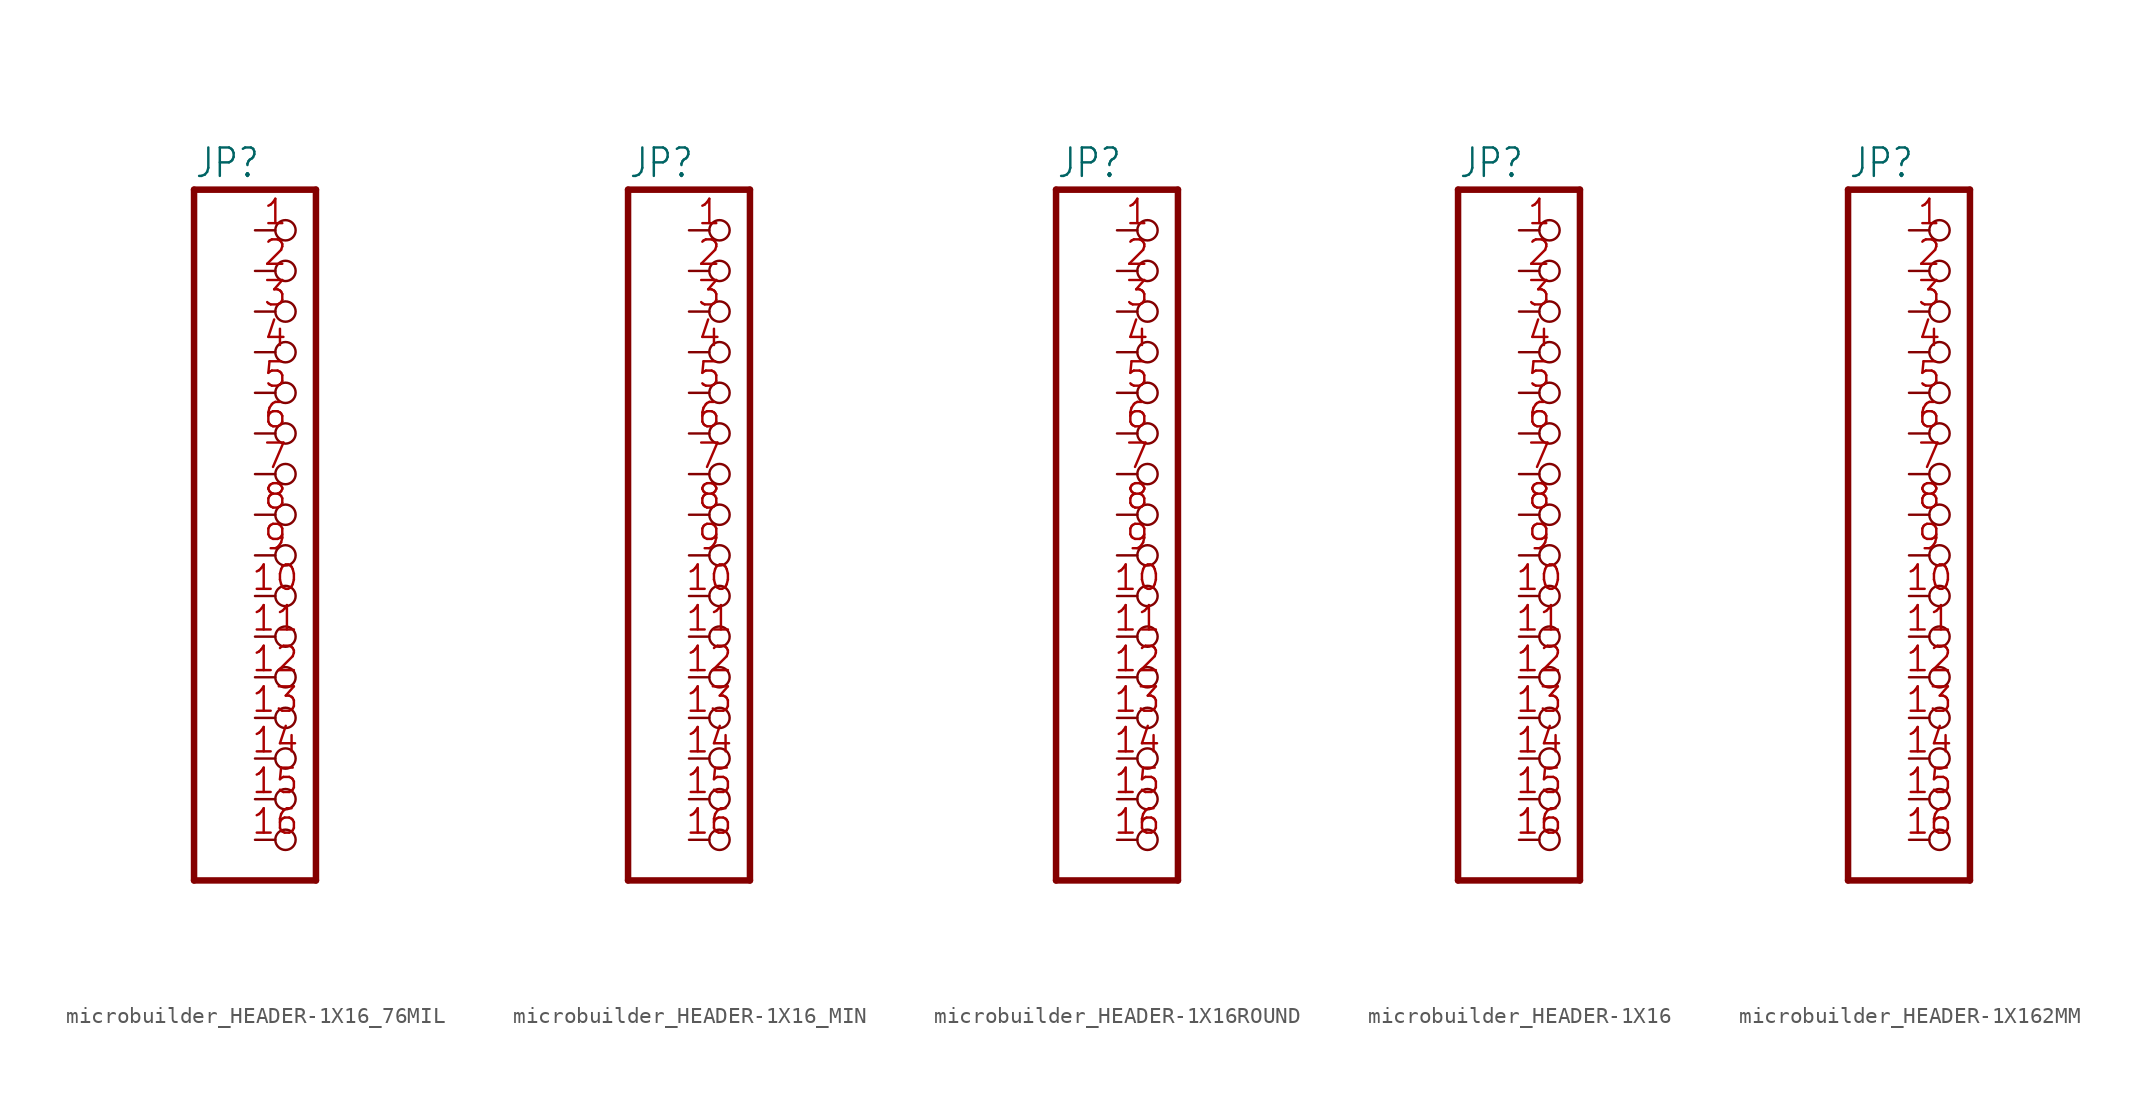
<source format=kicad_sym>
(kicad_symbol_lib
  (version 20241209)
  (generator "kicad_symbol_editor")
  (generator_version "9.0")
  (symbol "microbuilder_HEADER-1X16_76MIL"
    (property "Reference" "JP"
      (at -6.35 20.955 0)
      (effects (font (size 1.778 1.511)) (justify left bottom)))
    (property "Value" ""
      (at -6.35 -25.4 0)
      (effects (font (size 1.778 1.511)) (justify left bottom)))
    (property "ki_locked" ""
      (at 0 0 0)
      (effects (font (size 1.27 1.27))))
    (symbol "microbuilder_HEADER-1X16_76MIL_1_0"
      (polyline (pts (xy -6.35 20.32) (xy -6.35 -22.86)) (stroke (width 0.406) (type solid)) (fill (type none)))
      (polyline (pts (xy -6.35 -22.86) (xy 1.27 -22.86)) (stroke (width 0.406) (type solid)) (fill (type none)))
      (polyline (pts (xy 1.27 20.32) (xy -6.35 20.32)) (stroke (width 0.406) (type solid)) (fill (type none)))
      (polyline (pts (xy 1.27 -22.86) (xy 1.27 20.32)) (stroke (width 0.406) (type solid)) (fill (type none)))
      (pin passive inverted (at -2.54 17.78 0) (length 2.54) (name "1" (effects (font (size 0 0)))) (number "1" (effects (font (size 1.524 1.524)))))
      (pin passive inverted (at -2.54 15.24 0) (length 2.54) (name "2" (effects (font (size 0 0)))) (number "2" (effects (font (size 1.524 1.524)))))
      (pin passive inverted (at -2.54 12.7 0) (length 2.54) (name "3" (effects (font (size 0 0)))) (number "3" (effects (font (size 1.524 1.524)))))
      (pin passive inverted (at -2.54 10.16 0) (length 2.54) (name "4" (effects (font (size 0 0)))) (number "4" (effects (font (size 1.524 1.524)))))
      (pin passive inverted (at -2.54 7.62 0) (length 2.54) (name "5" (effects (font (size 0 0)))) (number "5" (effects (font (size 1.524 1.524)))))
      (pin passive inverted (at -2.54 5.08 0) (length 2.54) (name "6" (effects (font (size 0 0)))) (number "6" (effects (font (size 1.524 1.524)))))
      (pin passive inverted (at -2.54 2.54 0) (length 2.54) (name "7" (effects (font (size 0 0)))) (number "7" (effects (font (size 1.524 1.524)))))
      (pin passive inverted (at -2.54 0 0) (length 2.54) (name "8" (effects (font (size 0 0)))) (number "8" (effects (font (size 1.524 1.524)))))
      (pin passive inverted (at -2.54 -2.54 0) (length 2.54) (name "9" (effects (font (size 0 0)))) (number "9" (effects (font (size 1.524 1.524)))))
      (pin passive inverted (at -2.54 -5.08 0) (length 2.54) (name "10" (effects (font (size 0 0)))) (number "10" (effects (font (size 1.524 1.524)))))
      (pin passive inverted (at -2.54 -7.62 0) (length 2.54) (name "11" (effects (font (size 0 0)))) (number "11" (effects (font (size 1.524 1.524)))))
      (pin passive inverted (at -2.54 -10.16 0) (length 2.54) (name "12" (effects (font (size 0 0)))) (number "12" (effects (font (size 1.524 1.524)))))
      (pin passive inverted (at -2.54 -12.7 0) (length 2.54) (name "13" (effects (font (size 0 0)))) (number "13" (effects (font (size 1.524 1.524)))))
      (pin passive inverted (at -2.54 -15.24 0) (length 2.54) (name "14" (effects (font (size 0 0)))) (number "14" (effects (font (size 1.524 1.524)))))
      (pin passive inverted (at -2.54 -17.78 0) (length 2.54) (name "15" (effects (font (size 0 0)))) (number "15" (effects (font (size 1.524 1.524)))))
      (pin passive inverted (at -2.54 -20.32 0) (length 2.54) (name "16" (effects (font (size 0 0)))) (number "16" (effects (font (size 1.524 1.524)))))))
  (symbol "microbuilder_HEADER-1X16_MIN"
    (property "Reference" "JP"
      (at -6.35 20.955 0)
      (effects (font (size 1.778 1.511)) (justify left bottom)))
    (property "Value" ""
      (at -6.35 -25.4 0)
      (effects (font (size 1.778 1.511)) (justify left bottom)))
    (property "ki_locked" ""
      (at 0 0 0)
      (effects (font (size 1.27 1.27))))
    (symbol "microbuilder_HEADER-1X16_MIN_1_0"
      (polyline (pts (xy -6.35 20.32) (xy -6.35 -22.86)) (stroke (width 0.406) (type solid)) (fill (type none)))
      (polyline (pts (xy -6.35 -22.86) (xy 1.27 -22.86)) (stroke (width 0.406) (type solid)) (fill (type none)))
      (polyline (pts (xy 1.27 20.32) (xy -6.35 20.32)) (stroke (width 0.406) (type solid)) (fill (type none)))
      (polyline (pts (xy 1.27 -22.86) (xy 1.27 20.32)) (stroke (width 0.406) (type solid)) (fill (type none)))
      (pin passive inverted (at -2.54 17.78 0) (length 2.54) (name "1" (effects (font (size 0 0)))) (number "1" (effects (font (size 1.524 1.524)))))
      (pin passive inverted (at -2.54 15.24 0) (length 2.54) (name "2" (effects (font (size 0 0)))) (number "2" (effects (font (size 1.524 1.524)))))
      (pin passive inverted (at -2.54 12.7 0) (length 2.54) (name "3" (effects (font (size 0 0)))) (number "3" (effects (font (size 1.524 1.524)))))
      (pin passive inverted (at -2.54 10.16 0) (length 2.54) (name "4" (effects (font (size 0 0)))) (number "4" (effects (font (size 1.524 1.524)))))
      (pin passive inverted (at -2.54 7.62 0) (length 2.54) (name "5" (effects (font (size 0 0)))) (number "5" (effects (font (size 1.524 1.524)))))
      (pin passive inverted (at -2.54 5.08 0) (length 2.54) (name "6" (effects (font (size 0 0)))) (number "6" (effects (font (size 1.524 1.524)))))
      (pin passive inverted (at -2.54 2.54 0) (length 2.54) (name "7" (effects (font (size 0 0)))) (number "7" (effects (font (size 1.524 1.524)))))
      (pin passive inverted (at -2.54 0 0) (length 2.54) (name "8" (effects (font (size 0 0)))) (number "8" (effects (font (size 1.524 1.524)))))
      (pin passive inverted (at -2.54 -2.54 0) (length 2.54) (name "9" (effects (font (size 0 0)))) (number "9" (effects (font (size 1.524 1.524)))))
      (pin passive inverted (at -2.54 -5.08 0) (length 2.54) (name "10" (effects (font (size 0 0)))) (number "10" (effects (font (size 1.524 1.524)))))
      (pin passive inverted (at -2.54 -7.62 0) (length 2.54) (name "11" (effects (font (size 0 0)))) (number "11" (effects (font (size 1.524 1.524)))))
      (pin passive inverted (at -2.54 -10.16 0) (length 2.54) (name "12" (effects (font (size 0 0)))) (number "12" (effects (font (size 1.524 1.524)))))
      (pin passive inverted (at -2.54 -12.7 0) (length 2.54) (name "13" (effects (font (size 0 0)))) (number "13" (effects (font (size 1.524 1.524)))))
      (pin passive inverted (at -2.54 -15.24 0) (length 2.54) (name "14" (effects (font (size 0 0)))) (number "14" (effects (font (size 1.524 1.524)))))
      (pin passive inverted (at -2.54 -17.78 0) (length 2.54) (name "15" (effects (font (size 0 0)))) (number "15" (effects (font (size 1.524 1.524)))))
      (pin passive inverted (at -2.54 -20.32 0) (length 2.54) (name "16" (effects (font (size 0 0)))) (number "16" (effects (font (size 1.524 1.524)))))))
  (symbol "microbuilder_HEADER-1X16ROUND"
    (property "Reference" "JP"
      (at -6.35 20.955 0)
      (effects (font (size 1.778 1.511)) (justify left bottom)))
    (property "Value" ""
      (at -6.35 -25.4 0)
      (effects (font (size 1.778 1.511)) (justify left bottom)))
    (property "ki_locked" ""
      (at 0 0 0)
      (effects (font (size 1.27 1.27))))
    (symbol "microbuilder_HEADER-1X16ROUND_1_0"
      (polyline (pts (xy -6.35 20.32) (xy -6.35 -22.86)) (stroke (width 0.406) (type solid)) (fill (type none)))
      (polyline (pts (xy -6.35 -22.86) (xy 1.27 -22.86)) (stroke (width 0.406) (type solid)) (fill (type none)))
      (polyline (pts (xy 1.27 20.32) (xy -6.35 20.32)) (stroke (width 0.406) (type solid)) (fill (type none)))
      (polyline (pts (xy 1.27 -22.86) (xy 1.27 20.32)) (stroke (width 0.406) (type solid)) (fill (type none)))
      (pin passive inverted (at -2.54 17.78 0) (length 2.54) (name "1" (effects (font (size 0 0)))) (number "1" (effects (font (size 1.524 1.524)))))
      (pin passive inverted (at -2.54 15.24 0) (length 2.54) (name "2" (effects (font (size 0 0)))) (number "2" (effects (font (size 1.524 1.524)))))
      (pin passive inverted (at -2.54 12.7 0) (length 2.54) (name "3" (effects (font (size 0 0)))) (number "3" (effects (font (size 1.524 1.524)))))
      (pin passive inverted (at -2.54 10.16 0) (length 2.54) (name "4" (effects (font (size 0 0)))) (number "4" (effects (font (size 1.524 1.524)))))
      (pin passive inverted (at -2.54 7.62 0) (length 2.54) (name "5" (effects (font (size 0 0)))) (number "5" (effects (font (size 1.524 1.524)))))
      (pin passive inverted (at -2.54 5.08 0) (length 2.54) (name "6" (effects (font (size 0 0)))) (number "6" (effects (font (size 1.524 1.524)))))
      (pin passive inverted (at -2.54 2.54 0) (length 2.54) (name "7" (effects (font (size 0 0)))) (number "7" (effects (font (size 1.524 1.524)))))
      (pin passive inverted (at -2.54 0 0) (length 2.54) (name "8" (effects (font (size 0 0)))) (number "8" (effects (font (size 1.524 1.524)))))
      (pin passive inverted (at -2.54 -2.54 0) (length 2.54) (name "9" (effects (font (size 0 0)))) (number "9" (effects (font (size 1.524 1.524)))))
      (pin passive inverted (at -2.54 -5.08 0) (length 2.54) (name "10" (effects (font (size 0 0)))) (number "10" (effects (font (size 1.524 1.524)))))
      (pin passive inverted (at -2.54 -7.62 0) (length 2.54) (name "11" (effects (font (size 0 0)))) (number "11" (effects (font (size 1.524 1.524)))))
      (pin passive inverted (at -2.54 -10.16 0) (length 2.54) (name "12" (effects (font (size 0 0)))) (number "12" (effects (font (size 1.524 1.524)))))
      (pin passive inverted (at -2.54 -12.7 0) (length 2.54) (name "13" (effects (font (size 0 0)))) (number "13" (effects (font (size 1.524 1.524)))))
      (pin passive inverted (at -2.54 -15.24 0) (length 2.54) (name "14" (effects (font (size 0 0)))) (number "14" (effects (font (size 1.524 1.524)))))
      (pin passive inverted (at -2.54 -17.78 0) (length 2.54) (name "15" (effects (font (size 0 0)))) (number "15" (effects (font (size 1.524 1.524)))))
      (pin passive inverted (at -2.54 -20.32 0) (length 2.54) (name "16" (effects (font (size 0 0)))) (number "16" (effects (font (size 1.524 1.524)))))))
  (symbol "microbuilder_HEADER-1X16"
    (property "Reference" "JP"
      (at -6.35 20.955 0)
      (effects (font (size 1.778 1.511)) (justify left bottom)))
    (property "Value" ""
      (at -6.35 -25.4 0)
      (effects (font (size 1.778 1.511)) (justify left bottom)))
    (property "ki_locked" ""
      (at 0 0 0)
      (effects (font (size 1.27 1.27))))
    (symbol "microbuilder_HEADER-1X16_1_0"
      (polyline (pts (xy -6.35 20.32) (xy -6.35 -22.86)) (stroke (width 0.406) (type solid)) (fill (type none)))
      (polyline (pts (xy -6.35 -22.86) (xy 1.27 -22.86)) (stroke (width 0.406) (type solid)) (fill (type none)))
      (polyline (pts (xy 1.27 20.32) (xy -6.35 20.32)) (stroke (width 0.406) (type solid)) (fill (type none)))
      (polyline (pts (xy 1.27 -22.86) (xy 1.27 20.32)) (stroke (width 0.406) (type solid)) (fill (type none)))
      (pin passive inverted (at -2.54 17.78 0) (length 2.54) (name "1" (effects (font (size 0 0)))) (number "1" (effects (font (size 1.524 1.524)))))
      (pin passive inverted (at -2.54 15.24 0) (length 2.54) (name "2" (effects (font (size 0 0)))) (number "2" (effects (font (size 1.524 1.524)))))
      (pin passive inverted (at -2.54 12.7 0) (length 2.54) (name "3" (effects (font (size 0 0)))) (number "3" (effects (font (size 1.524 1.524)))))
      (pin passive inverted (at -2.54 10.16 0) (length 2.54) (name "4" (effects (font (size 0 0)))) (number "4" (effects (font (size 1.524 1.524)))))
      (pin passive inverted (at -2.54 7.62 0) (length 2.54) (name "5" (effects (font (size 0 0)))) (number "5" (effects (font (size 1.524 1.524)))))
      (pin passive inverted (at -2.54 5.08 0) (length 2.54) (name "6" (effects (font (size 0 0)))) (number "6" (effects (font (size 1.524 1.524)))))
      (pin passive inverted (at -2.54 2.54 0) (length 2.54) (name "7" (effects (font (size 0 0)))) (number "7" (effects (font (size 1.524 1.524)))))
      (pin passive inverted (at -2.54 0 0) (length 2.54) (name "8" (effects (font (size 0 0)))) (number "8" (effects (font (size 1.524 1.524)))))
      (pin passive inverted (at -2.54 -2.54 0) (length 2.54) (name "9" (effects (font (size 0 0)))) (number "9" (effects (font (size 1.524 1.524)))))
      (pin passive inverted (at -2.54 -5.08 0) (length 2.54) (name "10" (effects (font (size 0 0)))) (number "10" (effects (font (size 1.524 1.524)))))
      (pin passive inverted (at -2.54 -7.62 0) (length 2.54) (name "11" (effects (font (size 0 0)))) (number "11" (effects (font (size 1.524 1.524)))))
      (pin passive inverted (at -2.54 -10.16 0) (length 2.54) (name "12" (effects (font (size 0 0)))) (number "12" (effects (font (size 1.524 1.524)))))
      (pin passive inverted (at -2.54 -12.7 0) (length 2.54) (name "13" (effects (font (size 0 0)))) (number "13" (effects (font (size 1.524 1.524)))))
      (pin passive inverted (at -2.54 -15.24 0) (length 2.54) (name "14" (effects (font (size 0 0)))) (number "14" (effects (font (size 1.524 1.524)))))
      (pin passive inverted (at -2.54 -17.78 0) (length 2.54) (name "15" (effects (font (size 0 0)))) (number "15" (effects (font (size 1.524 1.524)))))
      (pin passive inverted (at -2.54 -20.32 0) (length 2.54) (name "16" (effects (font (size 0 0)))) (number "16" (effects (font (size 1.524 1.524)))))))
  (symbol "microbuilder_HEADER-1X162MM"
    (property "Reference" "JP"
      (at -6.35 20.955 0)
      (effects (font (size 1.778 1.511)) (justify left bottom)))
    (property "Value" ""
      (at -6.35 -25.4 0)
      (effects (font (size 1.778 1.511)) (justify left bottom)))
    (property "ki_locked" ""
      (at 0 0 0)
      (effects (font (size 1.27 1.27))))
    (symbol "microbuilder_HEADER-1X162MM_1_0"
      (polyline (pts (xy -6.35 20.32) (xy -6.35 -22.86)) (stroke (width 0.406) (type solid)) (fill (type none)))
      (polyline (pts (xy -6.35 -22.86) (xy 1.27 -22.86)) (stroke (width 0.406) (type solid)) (fill (type none)))
      (polyline (pts (xy 1.27 20.32) (xy -6.35 20.32)) (stroke (width 0.406) (type solid)) (fill (type none)))
      (polyline (pts (xy 1.27 -22.86) (xy 1.27 20.32)) (stroke (width 0.406) (type solid)) (fill (type none)))
      (pin passive inverted (at -2.54 17.78 0) (length 2.54) (name "1" (effects (font (size 0 0)))) (number "1" (effects (font (size 1.524 1.524)))))
      (pin passive inverted (at -2.54 15.24 0) (length 2.54) (name "2" (effects (font (size 0 0)))) (number "2" (effects (font (size 1.524 1.524)))))
      (pin passive inverted (at -2.54 12.7 0) (length 2.54) (name "3" (effects (font (size 0 0)))) (number "3" (effects (font (size 1.524 1.524)))))
      (pin passive inverted (at -2.54 10.16 0) (length 2.54) (name "4" (effects (font (size 0 0)))) (number "4" (effects (font (size 1.524 1.524)))))
      (pin passive inverted (at -2.54 7.62 0) (length 2.54) (name "5" (effects (font (size 0 0)))) (number "5" (effects (font (size 1.524 1.524)))))
      (pin passive inverted (at -2.54 5.08 0) (length 2.54) (name "6" (effects (font (size 0 0)))) (number "6" (effects (font (size 1.524 1.524)))))
      (pin passive inverted (at -2.54 2.54 0) (length 2.54) (name "7" (effects (font (size 0 0)))) (number "7" (effects (font (size 1.524 1.524)))))
      (pin passive inverted (at -2.54 0 0) (length 2.54) (name "8" (effects (font (size 0 0)))) (number "8" (effects (font (size 1.524 1.524)))))
      (pin passive inverted (at -2.54 -2.54 0) (length 2.54) (name "9" (effects (font (size 0 0)))) (number "9" (effects (font (size 1.524 1.524)))))
      (pin passive inverted (at -2.54 -5.08 0) (length 2.54) (name "10" (effects (font (size 0 0)))) (number "10" (effects (font (size 1.524 1.524)))))
      (pin passive inverted (at -2.54 -7.62 0) (length 2.54) (name "11" (effects (font (size 0 0)))) (number "11" (effects (font (size 1.524 1.524)))))
      (pin passive inverted (at -2.54 -10.16 0) (length 2.54) (name "12" (effects (font (size 0 0)))) (number "12" (effects (font (size 1.524 1.524)))))
      (pin passive inverted (at -2.54 -12.7 0) (length 2.54) (name "13" (effects (font (size 0 0)))) (number "13" (effects (font (size 1.524 1.524)))))
      (pin passive inverted (at -2.54 -15.24 0) (length 2.54) (name "14" (effects (font (size 0 0)))) (number "14" (effects (font (size 1.524 1.524)))))
      (pin passive inverted (at -2.54 -17.78 0) (length 2.54) (name "15" (effects (font (size 0 0)))) (number "15" (effects (font (size 1.524 1.524)))))
      (pin passive inverted (at -2.54 -20.32 0) (length 2.54) (name "16" (effects (font (size 0 0)))) (number "16" (effects (font (size 1.524 1.524))))))))
</source>
